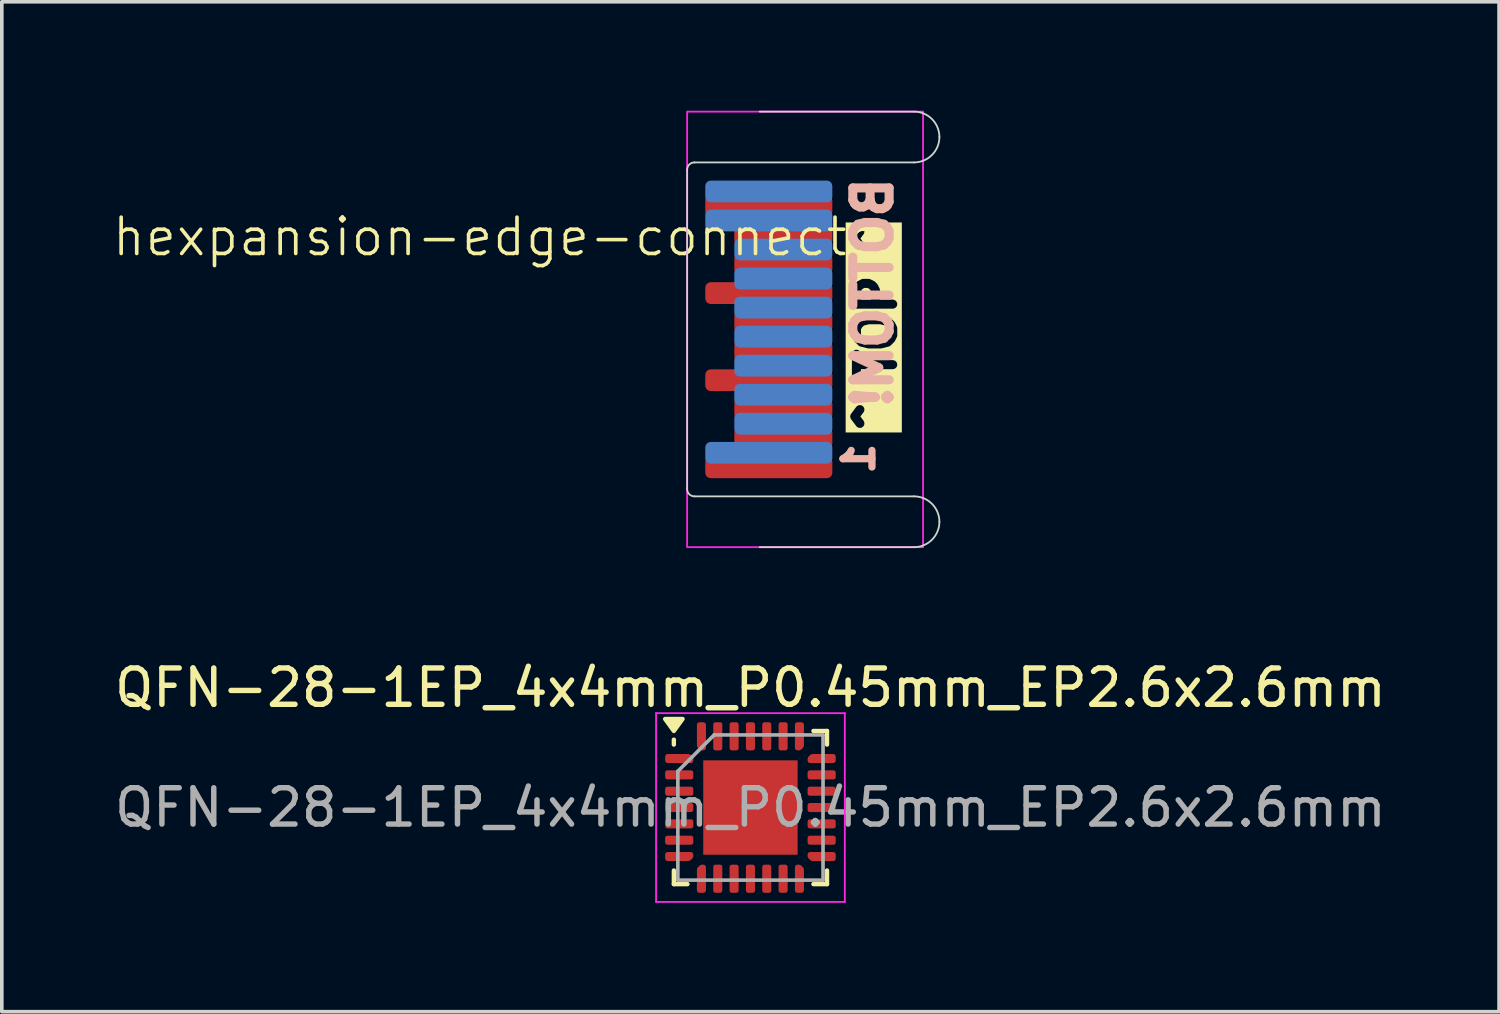
<source format=kicad_pcb>
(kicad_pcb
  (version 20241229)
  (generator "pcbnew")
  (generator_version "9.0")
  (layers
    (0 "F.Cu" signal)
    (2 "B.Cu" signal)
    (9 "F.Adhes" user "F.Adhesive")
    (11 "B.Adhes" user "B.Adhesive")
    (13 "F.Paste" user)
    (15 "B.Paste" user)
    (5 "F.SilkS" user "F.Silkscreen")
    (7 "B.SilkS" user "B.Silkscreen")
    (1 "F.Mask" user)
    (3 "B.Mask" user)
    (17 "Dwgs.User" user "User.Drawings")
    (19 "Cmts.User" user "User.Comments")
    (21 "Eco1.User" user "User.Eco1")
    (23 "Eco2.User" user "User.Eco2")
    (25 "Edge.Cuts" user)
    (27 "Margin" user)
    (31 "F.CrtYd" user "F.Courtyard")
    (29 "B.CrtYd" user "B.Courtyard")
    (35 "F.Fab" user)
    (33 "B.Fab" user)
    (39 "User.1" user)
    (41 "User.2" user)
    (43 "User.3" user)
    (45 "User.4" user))
  (footprint "hexpansion-edge-connector"
    (layer "F.Cu")
    (at 15.881 6.025)
    (property "Reference" "hexpansion-edge-connector" (at -4.95 -2.55 0) (unlocked yes) (layer "F.SilkS") (effects (font (size 1 1) (thickness 0.1))))
    (attr exclude_from_pos_files exclude_from_bom)
    (fp_line (start 0 4.4) (end 0 -4.4) (stroke (width 0.05) (type solid)) (layer "Edge.Cuts"))
    (fp_line (start 6.25 -6) (end 2 -6) (stroke (width 0.05) (type solid)) (layer "Edge.Cuts"))
    (fp_line (start 6.25 -4.6) (end 0.2 -4.6) (stroke (width 0.05) (type solid)) (layer "Edge.Cuts"))
    (fp_line (start 6.25 4.6) (end 0.2 4.6) (stroke (width 0.05) (type solid)) (layer "Edge.Cuts"))
    (fp_line (start 6.25 6) (end 2 6) (stroke (width 0.05) (type solid)) (layer "Edge.Cuts"))
    (fp_arc (start 0 -4.4) (mid 0.058579 -4.541421) (end 0.2 -4.6) (stroke (width 0.05) (type default)) (layer "Edge.Cuts"))
    (fp_arc (start 0.2 4.6) (mid 0.058579 4.541421) (end 0 4.4) (stroke (width 0.05) (type default)) (layer "Edge.Cuts"))
    (fp_arc (start 6.25 -6) (mid 6.744975 -5.794975) (end 6.95 -5.3) (stroke (width 0.05) (type default)) (layer "Edge.Cuts"))
    (fp_arc (start 6.25 4.6) (mid 6.744975 4.805025) (end 6.95 5.3) (stroke (width 0.05) (type default)) (layer "Edge.Cuts"))
    (fp_arc (start 6.95 -5.3) (mid 6.744975 -4.805025) (end 6.25 -4.6) (stroke (width 0.05) (type default)) (layer "Edge.Cuts"))
    (fp_arc (start 6.95 5.3) (mid 6.744975 5.794975) (end 6.25 6) (stroke (width 0.05) (type default)) (layer "Edge.Cuts"))
    (fp_rect (start 0 -6) (end 6.5 6) (stroke (width 0.05) (type default)) (fill no) (layer "F.CrtYd"))
    (fp_text user "^ TOP ^" (at 5.8 2.85 90) (unlocked yes) (layer "F.SilkS" knockout) (effects (font (size 1 1) (thickness 0.25) (bold yes)) (justify left bottom)))
    (fp_text user "BOTTOM!" (at 5.7 -4.3 90) (unlocked yes) (layer "B.SilkS") (effects (font (size 1 1) (thickness 0.25) (bold yes)) (justify left bottom mirror)))
    (fp_text user "1" (at 5.2 3.05 90) (unlocked yes) (layer "B.SilkS") (effects (font (size 0.8 0.8) (thickness 0.2) (bold yes)) (justify left bottom mirror)))
    (pad "1" smd roundrect (at 2.25 3.4) (size 3.5 0.6) (layers "B.Cu" "B.Mask") (roundrect_rratio 0.25))
    (pad "2" smd roundrect (at 2.65 2.6) (size 2.7 0.6) (layers "B.Cu" "B.Mask") (roundrect_rratio 0.25))
    (pad "3" smd roundrect (at 2.65 1.8) (size 2.7 0.6) (layers "B.Cu" "B.Mask") (roundrect_rratio 0.25))
    (pad "4" smd roundrect (at 2.65 1) (size 2.7 0.6) (layers "B.Cu" "B.Mask") (roundrect_rratio 0.25))
    (pad "5" smd roundrect (at 2.65 0.2) (size 2.7 0.6) (layers "B.Cu" "B.Mask") (roundrect_rratio 0.25))
    (pad "6" smd roundrect (at 2.65 -0.6) (size 2.7 0.6) (layers "B.Cu" "B.Mask") (roundrect_rratio 0.25))
    (pad "7" smd roundrect (at 2.65 -1.4) (size 2.7 0.6) (layers "B.Cu" "B.Mask") (roundrect_rratio 0.25))
    (pad "8" smd roundrect (at 2.65 -2.2) (size 2.7 0.6) (layers "B.Cu" "B.Mask") (roundrect_rratio 0.25))
    (pad "9" smd roundrect (at 2.25 -3) (size 3.5 0.6) (layers "B.Cu" "B.Mask") (roundrect_rratio 0.25))
    (pad "10" smd roundrect (at 2.25 -3.8) (size 3.5 0.6) (layers "B.Cu" "B.Mask") (roundrect_rratio 0.25))
    (pad "11" smd roundrect (at 2.25 -3.4 180) (size 3.5 0.6) (layers "F.Cu" "F.Mask") (roundrect_rratio 0.25))
    (pad "12" smd roundrect (at 2.65 -2.6 180) (size 2.7 0.6) (layers "F.Cu" "F.Mask") (roundrect_rratio 0.25))
    (pad "13" smd roundrect (at 2.65 -1.8 180) (size 2.7 0.6) (layers "F.Cu" "F.Mask") (roundrect_rratio 0.25))
    (pad "14" smd roundrect (at 2.25 -1 180) (size 3.5 0.6) (layers "F.Cu" "F.Mask") (roundrect_rratio 0.25))
    (pad "15" smd roundrect (at 2.65 -0.2 180) (size 2.7 0.6) (layers "F.Cu" "F.Mask") (roundrect_rratio 0.25))
    (pad "16" smd roundrect (at 2.65 0.6 180) (size 2.7 0.6) (layers "F.Cu" "F.Mask") (roundrect_rratio 0.25))
    (pad "17" smd roundrect (at 2.25 1.4 180) (size 3.5 0.6) (layers "F.Cu" "F.Mask") (roundrect_rratio 0.25))
    (pad "18" smd roundrect (at 2.65 2.2 180) (size 2.7 0.6) (layers "F.Cu" "F.Mask") (roundrect_rratio 0.25))
    (pad "19" smd roundrect (at 2.65 3 180) (size 2.7 0.6) (layers "F.Cu" "F.Mask") (roundrect_rratio 0.25))
    (pad "20" smd roundrect (at 2.25 3.8 180) (size 3.5 0.6) (layers "F.Cu" "F.Mask") (roundrect_rratio 0.25)))
  (footprint "QFN-28-1EP_4x4mm_P0.45mm_EP2.6x2.6mm"
    (layer "F.Cu")
    (at 17.625 19.198)
    (property "Reference" "QFN-28-1EP_4x4mm_P0.45mm_EP2.6x2.6mm" (at 0 -3.3 0) (layer "F.SilkS") (effects (font (size 1 1) (thickness 0.15))))
    (attr smd)
    (fp_line (start -2.11 -1.735) (end -2.11 -1.87) (stroke (width 0.12) (type solid)) (layer "F.SilkS"))
    (fp_line (start -2.11 2.11) (end -2.11 1.735) (stroke (width 0.12) (type solid)) (layer "F.SilkS"))
    (fp_line (start -1.735 2.11) (end -2.11 2.11) (stroke (width 0.12) (type solid)) (layer "F.SilkS"))
    (fp_line (start 1.735 -2.11) (end 2.11 -2.11) (stroke (width 0.12) (type solid)) (layer "F.SilkS"))
    (fp_line (start 1.735 2.11) (end 2.11 2.11) (stroke (width 0.12) (type solid)) (layer "F.SilkS"))
    (fp_line (start 2.11 -2.11) (end 2.11 -1.735) (stroke (width 0.12) (type solid)) (layer "F.SilkS"))
    (fp_line (start 2.11 2.11) (end 2.11 1.735) (stroke (width 0.12) (type solid)) (layer "F.SilkS"))
    (fp_poly (pts (xy -2.11 -2.11) (xy -2.35 -2.44) (xy -1.87 -2.44) (xy -2.11 -2.11)) (stroke (width 0.12) (type solid)) (fill yes) (layer "F.SilkS"))
    (fp_line (start -2.6 -2.6) (end -2.6 2.6) (stroke (width 0.05) (type solid)) (layer "F.CrtYd"))
    (fp_line (start -2.6 2.6) (end 2.6 2.6) (stroke (width 0.05) (type solid)) (layer "F.CrtYd"))
    (fp_line (start 2.6 -2.6) (end -2.6 -2.6) (stroke (width 0.05) (type solid)) (layer "F.CrtYd"))
    (fp_line (start 2.6 2.6) (end 2.6 -2.6) (stroke (width 0.05) (type solid)) (layer "F.CrtYd"))
    (fp_line (start -2 -1) (end -1 -2) (stroke (width 0.1) (type solid)) (layer "F.Fab"))
    (fp_line (start -2 2) (end -2 -1) (stroke (width 0.1) (type solid)) (layer "F.Fab"))
    (fp_line (start -1 -2) (end 2 -2) (stroke (width 0.1) (type solid)) (layer "F.Fab"))
    (fp_line (start 2 -2) (end 2 2) (stroke (width 0.1) (type solid)) (layer "F.Fab"))
    (fp_line (start 2 2) (end -2 2) (stroke (width 0.1) (type solid)) (layer "F.Fab"))
    (fp_text user "${REFERENCE}" (at 0 0 0) (layer "F.Fab") (effects (font (size 1 1) (thickness 0.15))))
    (pad "" smd roundrect (at -0.65 -0.65) (size 1.05 1.05) (layers "F.Paste") (roundrect_rratio 0.238))
    (pad "" smd roundrect (at -0.65 0.65) (size 1.05 1.05) (layers "F.Paste") (roundrect_rratio 0.238))
    (pad "" smd roundrect (at 0.65 -0.65) (size 1.05 1.05) (layers "F.Paste") (roundrect_rratio 0.238))
    (pad "" smd roundrect (at 0.65 0.65) (size 1.05 1.05) (layers "F.Paste") (roundrect_rratio 0.238))
    (pad "1" smd custom (at -1.962 -1.35) (size 0.179 0.179) (layers "F.Cu" "F.Mask" "F.Paste") (options (anchor circle)) (primitives (gr_poly (pts (xy -0.325 -0.062) (xy 0.262 -0.062) (xy 0.325 0.001) (xy 0.325 0.062) (xy -0.325 0.062)) (width 0.125) (fill yes))))
    (pad "2" smd roundrect (at -1.962 -0.9) (size 0.775 0.25) (layers "F.Cu" "F.Mask" "F.Paste") (roundrect_rratio 0.25))
    (pad "3" smd roundrect (at -1.962 -0.45) (size 0.775 0.25) (layers "F.Cu" "F.Mask" "F.Paste") (roundrect_rratio 0.25))
    (pad "4" smd roundrect (at -1.962 0) (size 0.775 0.25) (layers "F.Cu" "F.Mask" "F.Paste") (roundrect_rratio 0.25))
    (pad "5" smd roundrect (at -1.962 0.45) (size 0.775 0.25) (layers "F.Cu" "F.Mask" "F.Paste") (roundrect_rratio 0.25))
    (pad "6" smd roundrect (at -1.962 0.9) (size 0.775 0.25) (layers "F.Cu" "F.Mask" "F.Paste") (roundrect_rratio 0.25))
    (pad "7" smd custom (at -1.962 1.35) (size 0.179 0.179) (layers "F.Cu" "F.Mask" "F.Paste") (options (anchor circle)) (primitives (gr_poly (pts (xy -0.325 -0.062) (xy 0.325 -0.062) (xy 0.325 -0.001) (xy 0.262 0.062) (xy -0.325 0.062)) (width 0.125) (fill yes))))
    (pad "8" smd custom (at -1.35 1.962) (size 0.179 0.179) (layers "F.Cu" "F.Mask" "F.Paste") (options (anchor circle)) (primitives (gr_poly (pts (xy -0.062 -0.262) (xy 0.001 -0.325) (xy 0.062 -0.325) (xy 0.062 0.325) (xy -0.062 0.325)) (width 0.125) (fill yes))))
    (pad "9" smd roundrect (at -0.9 1.962) (size 0.25 0.775) (layers "F.Cu" "F.Mask" "F.Paste") (roundrect_rratio 0.25))
    (pad "10" smd roundrect (at -0.45 1.962) (size 0.25 0.775) (layers "F.Cu" "F.Mask" "F.Paste") (roundrect_rratio 0.25))
    (pad "11" smd roundrect (at 0 1.962) (size 0.25 0.775) (layers "F.Cu" "F.Mask" "F.Paste") (roundrect_rratio 0.25))
    (pad "12" smd roundrect (at 0.45 1.962) (size 0.25 0.775) (layers "F.Cu" "F.Mask" "F.Paste") (roundrect_rratio 0.25))
    (pad "13" smd roundrect (at 0.9 1.962) (size 0.25 0.775) (layers "F.Cu" "F.Mask" "F.Paste") (roundrect_rratio 0.25))
    (pad "14" smd custom (at 1.35 1.962) (size 0.179 0.179) (layers "F.Cu" "F.Mask" "F.Paste") (options (anchor circle)) (primitives (gr_poly (pts (xy -0.062 -0.325) (xy -0.001 -0.325) (xy 0.062 -0.262) (xy 0.062 0.325) (xy -0.062 0.325)) (width 0.125) (fill yes))))
    (pad "15" smd custom (at 1.962 1.35) (size 0.179 0.179) (layers "F.Cu" "F.Mask" "F.Paste") (options (anchor circle)) (primitives (gr_poly (pts (xy -0.325 -0.062) (xy 0.325 -0.062) (xy 0.325 0.062) (xy -0.262 0.062) (xy -0.325 -0.001)) (width 0.125) (fill yes))))
    (pad "16" smd roundrect (at 1.962 0.9) (size 0.775 0.25) (layers "F.Cu" "F.Mask" "F.Paste") (roundrect_rratio 0.25))
    (pad "17" smd roundrect (at 1.962 0.45) (size 0.775 0.25) (layers "F.Cu" "F.Mask" "F.Paste") (roundrect_rratio 0.25))
    (pad "18" smd roundrect (at 1.962 0) (size 0.775 0.25) (layers "F.Cu" "F.Mask" "F.Paste") (roundrect_rratio 0.25))
    (pad "19" smd roundrect (at 1.962 -0.45) (size 0.775 0.25) (layers "F.Cu" "F.Mask" "F.Paste") (roundrect_rratio 0.25))
    (pad "20" smd roundrect (at 1.962 -0.9) (size 0.775 0.25) (layers "F.Cu" "F.Mask" "F.Paste") (roundrect_rratio 0.25))
    (pad "21" smd custom (at 1.962 -1.35) (size 0.179 0.179) (layers "F.Cu" "F.Mask" "F.Paste") (options (anchor circle)) (primitives (gr_poly (pts (xy -0.325 0.001) (xy -0.262 -0.062) (xy 0.325 -0.062) (xy 0.325 0.062) (xy -0.325 0.062)) (width 0.125) (fill yes))))
    (pad "22" smd custom (at 1.35 -1.962) (size 0.179 0.179) (layers "F.Cu" "F.Mask" "F.Paste") (options (anchor circle)) (primitives (gr_poly (pts (xy -0.062 -0.325) (xy 0.062 -0.325) (xy 0.062 0.262) (xy -0.001 0.325) (xy -0.062 0.325)) (width 0.125) (fill yes))))
    (pad "23" smd roundrect (at 0.9 -1.962) (size 0.25 0.775) (layers "F.Cu" "F.Mask" "F.Paste") (roundrect_rratio 0.25))
    (pad "24" smd roundrect (at 0.45 -1.962) (size 0.25 0.775) (layers "F.Cu" "F.Mask" "F.Paste") (roundrect_rratio 0.25))
    (pad "25" smd roundrect (at 0 -1.962) (size 0.25 0.775) (layers "F.Cu" "F.Mask" "F.Paste") (roundrect_rratio 0.25))
    (pad "26" smd roundrect (at -0.45 -1.962) (size 0.25 0.775) (layers "F.Cu" "F.Mask" "F.Paste") (roundrect_rratio 0.25))
    (pad "27" smd roundrect (at -0.9 -1.962) (size 0.25 0.775) (layers "F.Cu" "F.Mask" "F.Paste") (roundrect_rratio 0.25))
    (pad "28" smd custom (at -1.35 -1.962) (size 0.179 0.179) (layers "F.Cu" "F.Mask" "F.Paste") (options (anchor circle)) (primitives (gr_poly (pts (xy -0.062 -0.325) (xy 0.062 -0.325) (xy 0.062 0.325) (xy 0.001 0.325) (xy -0.062 0.262)) (width 0.125) (fill yes))))
    (pad "29" smd rect (at 0 0) (size 2.6 2.6) (property pad_prop_heatsink) (layers "F.Cu" "F.Mask")))
  (gr_rect
    (start -3 -3)
    (end 38.25 24.823)
    (stroke (width 0.1) (type default))
    (fill no)
    (layer "Edge.Cuts")))
</source>
